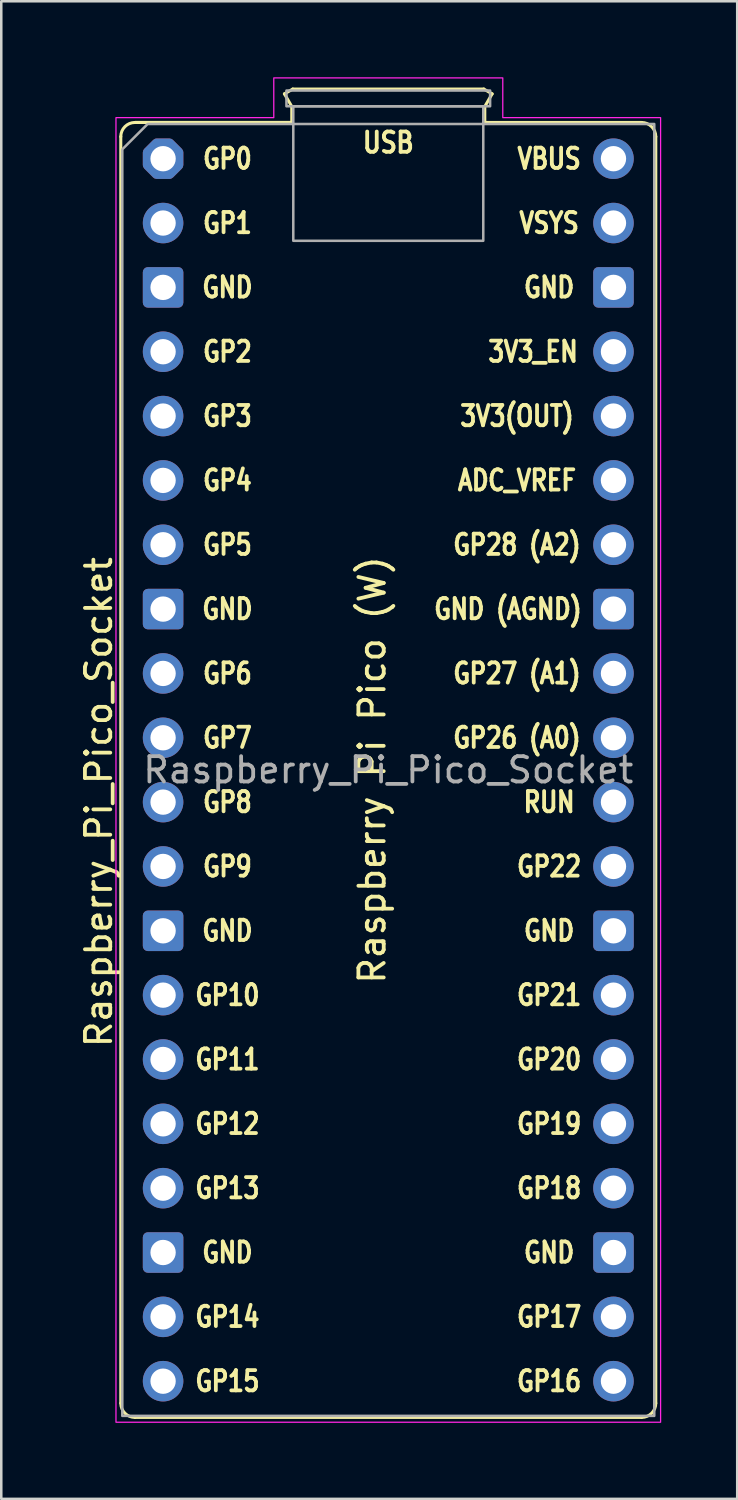
<source format=kicad_pcb>
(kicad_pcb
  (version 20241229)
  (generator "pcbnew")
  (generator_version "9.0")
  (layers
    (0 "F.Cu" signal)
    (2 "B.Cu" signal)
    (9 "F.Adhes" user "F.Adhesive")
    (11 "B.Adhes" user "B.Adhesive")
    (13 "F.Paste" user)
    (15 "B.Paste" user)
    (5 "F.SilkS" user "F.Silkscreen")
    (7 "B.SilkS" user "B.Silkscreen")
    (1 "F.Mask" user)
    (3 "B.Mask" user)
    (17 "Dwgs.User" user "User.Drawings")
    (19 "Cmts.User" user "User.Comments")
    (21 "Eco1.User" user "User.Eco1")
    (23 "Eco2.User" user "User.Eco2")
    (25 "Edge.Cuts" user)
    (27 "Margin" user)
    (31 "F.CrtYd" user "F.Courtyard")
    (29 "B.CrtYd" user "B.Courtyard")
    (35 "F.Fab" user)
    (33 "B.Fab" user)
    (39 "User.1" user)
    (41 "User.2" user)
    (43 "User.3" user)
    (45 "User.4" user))
  (footprint "Raspberry_Pi_Pico_Socket"
    (layer "F.Cu")
    (at 3.388 3.215)
    (property "Reference" "Raspberry_Pi_Pico_Socket" (at -2.54 25.4 90) (layer "F.SilkS") (effects (font (size 1 1) (thickness 0.15))))
    (attr smd)
    (fp_line (start -1.67 -0.87) (end -1.67 49.13) (stroke (width 0.12) (type solid)) (layer "F.SilkS"))
    (fp_line (start -1.11 -1.43) (end 5.08 -1.43) (stroke (width 0.12) (type solid)) (layer "F.SilkS"))
    (fp_line (start -1.11 49.69) (end 18.89 49.69) (stroke (width 0.12) (type solid)) (layer "F.SilkS"))
    (fp_line (start 4.79 -2.56) (end 5.12 -2.75) (stroke (width 0.12) (type solid)) (layer "F.SilkS"))
    (fp_line (start 5.08 -2.06) (end 4.79 -2.56) (stroke (width 0.12) (type solid)) (layer "F.SilkS"))
    (fp_line (start 5.08 -1.43) (end -1.11 -1.43) (stroke (width 0.12) (type solid)) (layer "F.SilkS"))
    (fp_line (start 5.08 -1.43) (end 5.08 -2.06) (stroke (width 0.12) (type solid)) (layer "F.SilkS"))
    (fp_line (start 5.12 -2.75) (end 12.66 -2.75) (stroke (width 0.12) (type solid)) (layer "F.SilkS"))
    (fp_line (start 12.66 -2.75) (end 12.99 -2.56) (stroke (width 0.12) (type solid)) (layer "F.SilkS"))
    (fp_line (start 12.7 -2.06) (end 12.7 -1.43) (stroke (width 0.12) (type solid)) (layer "F.SilkS"))
    (fp_line (start 12.99 -2.56) (end 12.7 -2.06) (stroke (width 0.12) (type solid)) (layer "F.SilkS"))
    (fp_line (start 18.89 -1.43) (end 12.7 -1.43) (stroke (width 0.12) (type solid)) (layer "F.SilkS"))
    (fp_line (start 19.45 -0.87) (end 19.45 49.13) (stroke (width 0.12) (type solid)) (layer "F.SilkS"))
    (fp_arc (start -1.67 -0.87) (mid -1.50598 -1.26598) (end -1.11 -1.43) (stroke (width 0.12) (type solid)) (layer "F.SilkS"))
    (fp_arc (start -1.11 49.69) (mid -1.50598 49.52598) (end -1.67 49.13) (stroke (width 0.12) (type solid)) (layer "F.SilkS"))
    (fp_arc (start 18.89 -1.43) (mid 19.28598 -1.26598) (end 19.45 -0.87) (stroke (width 0.12) (type solid)) (layer "F.SilkS"))
    (fp_arc (start 19.45 49.13) (mid 19.28598 49.52598) (end 18.89 49.69) (stroke (width 0.12) (type solid)) (layer "F.SilkS"))
    (fp_poly (pts (xy 13.41 -1.62) (xy 19.64 -1.62) (xy 19.64 49.88) (xy -1.86 49.88) (xy -1.86 -1.62) (xy 4.37 -1.62) (xy 4.37 -3.19) (xy 13.41 -3.19)) (stroke (width 0.05) (type solid)) (fill no) (layer "F.CrtYd"))
    (fp_rect (start 4.87 -2.69) (end 12.91 -2.07) (stroke (width 0.1) (type solid)) (fill no) (layer "F.Fab"))
    (fp_rect (start 5.14 -2.07) (end 12.64 3.24) (stroke (width 0.1) (type solid)) (fill no) (layer "F.Fab"))
    (fp_poly (pts (xy 19.39 49.63) (xy -1.61 49.63) (xy -1.61 -0.37) (xy -0.61 -1.37) (xy 19.39 -1.37)) (stroke (width 0.1) (type solid)) (fill no) (layer "F.Fab"))
    (fp_text user "3V3_EN" (at 14.605 7.62 0) (layer "F.SilkS") (effects (font (size 0.8 0.64) (thickness 0.15))))
    (fp_text user "GP0" (at 2.54 0 0) (layer "F.SilkS") (effects (font (size 0.8 0.64) (thickness 0.15))))
    (fp_text user "GP3" (at 2.54 10.16 0) (layer "F.SilkS") (effects (font (size 0.8 0.64) (thickness 0.15))))
    (fp_text user "GND (AGND)" (at 13.614 17.78 0) (layer "F.SilkS") (effects (font (size 0.8 0.64) (thickness 0.15))))
    (fp_text user "Raspberry Pi Pico (W)" (at 8.255 24.13 90) (unlocked yes) (layer "F.SilkS") (effects (font (size 1 1) (thickness 0.15))))
    (fp_text user "GP1" (at 2.54 2.54 0) (layer "F.SilkS") (effects (font (size 0.8 0.64) (thickness 0.15))))
    (fp_text user "GP5" (at 2.54 15.24 0) (layer "F.SilkS") (effects (font (size 0.8 0.64) (thickness 0.15))))
    (fp_text user "VBUS" (at 15.24 0 0) (layer "F.SilkS") (effects (font (size 0.8 0.64) (thickness 0.15))))
    (fp_text user "GP19" (at 15.24 38.1 0) (layer "F.SilkS") (effects (font (size 0.8 0.64) (thickness 0.15))))
    (fp_text user "3V3(OUT)" (at 13.97 10.16 0) (layer "F.SilkS") (effects (font (size 0.8 0.64) (thickness 0.15))))
    (fp_text user "GP9" (at 2.54 27.94 0) (layer "F.SilkS") (effects (font (size 0.8 0.64) (thickness 0.15))))
    (fp_text user "GP4" (at 2.54 12.7 0) (layer "F.SilkS") (effects (font (size 0.8 0.64) (thickness 0.15))))
    (fp_text user "USB" (at 8.89 -0.635 0) (layer "F.SilkS") (effects (font (size 0.8 0.66) (thickness 0.15))))
    (fp_text user "GP11" (at 2.54 35.56 0) (layer "F.SilkS") (effects (font (size 0.8 0.64) (thickness 0.15))))
    (fp_text user "GP18" (at 15.24 40.64 0) (layer "F.SilkS") (effects (font (size 0.8 0.64) (thickness 0.15))))
    (fp_text user "GND" (at 15.24 5.08 0) (layer "F.SilkS") (effects (font (size 0.8 0.64) (thickness 0.15))))
    (fp_text user "GND" (at 2.54 30.48 0) (layer "F.SilkS") (effects (font (size 0.8 0.64) (thickness 0.15))))
    (fp_text user "GP7" (at 2.54 22.86 0) (layer "F.SilkS") (effects (font (size 0.8 0.64) (thickness 0.15))))
    (fp_text user "GP26 (A0)" (at 13.97 22.86 0) (layer "F.SilkS") (effects (font (size 0.8 0.64) (thickness 0.15))))
    (fp_text user "GP10" (at 2.54 33.02 0) (layer "F.SilkS") (effects (font (size 0.8 0.64) (thickness 0.15))))
    (fp_text user "VSYS" (at 15.24 2.54 0) (layer "F.SilkS") (effects (font (size 0.8 0.64) (thickness 0.15))))
    (fp_text user "GND" (at 15.24 30.48 0) (layer "F.SilkS") (effects (font (size 0.8 0.64) (thickness 0.15))))
    (fp_text user "GP2" (at 2.54 7.62 0) (layer "F.SilkS") (effects (font (size 0.8 0.64) (thickness 0.15))))
    (fp_text user "GP8" (at 2.54 25.4 0) (layer "F.SilkS") (effects (font (size 0.8 0.64) (thickness 0.15))))
    (fp_text user "GP17" (at 15.24 45.72 0) (layer "F.SilkS") (effects (font (size 0.8 0.64) (thickness 0.15))))
    (fp_text user "GP6" (at 2.54 20.32 0) (layer "F.SilkS") (effects (font (size 0.8 0.64) (thickness 0.15))))
    (fp_text user "GP14" (at 2.54 45.72 0) (layer "F.SilkS") (effects (font (size 0.8 0.64) (thickness 0.15))))
    (fp_text user "GND" (at 2.54 17.78 0) (layer "F.SilkS") (effects (font (size 0.8 0.64) (thickness 0.15))))
    (fp_text user "GP21" (at 15.24 33.02 0) (layer "F.SilkS") (effects (font (size 0.8 0.64) (thickness 0.15))))
    (fp_text user "GP13" (at 2.54 40.64 0) (layer "F.SilkS") (effects (font (size 0.8 0.64) (thickness 0.15))))
    (fp_text user "GND" (at 15.24 43.18 0) (layer "F.SilkS") (effects (font (size 0.8 0.64) (thickness 0.15))))
    (fp_text user "ADC_VREF" (at 13.97 12.7 0) (layer "F.SilkS") (effects (font (size 0.8 0.64) (thickness 0.15))))
    (fp_text user "GP15" (at 2.54 48.26 0) (layer "F.SilkS") (effects (font (size 0.8 0.64) (thickness 0.15))))
    (fp_text user "GP16" (at 15.24 48.26 0) (layer "F.SilkS") (effects (font (size 0.8 0.64) (thickness 0.15))))
    (fp_text user "GP28 (A2)" (at 13.97 15.24 0) (layer "F.SilkS") (effects (font (size 0.8 0.64) (thickness 0.15))))
    (fp_text user "GP22" (at 15.24 27.94 0) (layer "F.SilkS") (effects (font (size 0.8 0.64) (thickness 0.15))))
    (fp_text user "GND" (at 2.54 43.18 0) (layer "F.SilkS") (effects (font (size 0.8 0.64) (thickness 0.15))))
    (fp_text user "GP12" (at 2.54 38.1 0) (layer "F.SilkS") (effects (font (size 0.8 0.64) (thickness 0.15))))
    (fp_text user "GP27 (A1)" (at 13.97 20.32 0) (layer "F.SilkS") (effects (font (size 0.8 0.64) (thickness 0.15))))
    (fp_text user "GND" (at 2.54 5.08 0) (layer "F.SilkS") (effects (font (size 0.8 0.64) (thickness 0.15))))
    (fp_text user "GP20" (at 15.24 35.56 0) (layer "F.SilkS") (effects (font (size 0.8 0.64) (thickness 0.15))))
    (fp_text user "RUN" (at 15.24 25.4 0) (layer "F.SilkS") (effects (font (size 0.8 0.64) (thickness 0.15))))
    (fp_text user "${REFERENCE}" (at 8.89 24.13 0) (unlocked yes) (layer "F.Fab") (effects (font (size 1 1) (thickness 0.15))))
    (pad "1" thru_hole custom (at 0 0) (size 1.6 1.6) (drill 1) (layers "*.Cu" "*.Mask") (options (anchor circle)) (primitives (gr_poly (pts (xy 0.6 0.249) (xy 0.249 0.6) (xy -0.249 0.6) (xy -0.6 0.249) (xy -0.6 -0.249) (xy -0.249 -0.6) (xy 0.249 -0.6) (xy 0.6 -0.249)) (width 0.4) (fill yes))))
    (pad "2" thru_hole circle (at 0 2.54) (size 1.6 1.6) (drill 1) (layers "*.Cu" "*.Mask"))
    (pad "3" thru_hole roundrect (at 0 5.08) (size 1.6 1.6) (drill 1) (layers "*.Cu" "*.Mask") (roundrect_rratio 0.125))
    (pad "4" thru_hole circle (at 0 7.62) (size 1.6 1.6) (drill 1) (layers "*.Cu" "*.Mask"))
    (pad "5" thru_hole circle (at 0 10.16) (size 1.6 1.6) (drill 1) (layers "*.Cu" "*.Mask"))
    (pad "6" thru_hole circle (at 0 12.7) (size 1.6 1.6) (drill 1) (layers "*.Cu" "*.Mask"))
    (pad "7" thru_hole circle (at 0 15.24) (size 1.6 1.6) (drill 1) (layers "*.Cu" "*.Mask"))
    (pad "8" thru_hole roundrect (at 0 17.78) (size 1.6 1.6) (drill 1) (layers "*.Cu" "*.Mask") (roundrect_rratio 0.125))
    (pad "9" thru_hole circle (at 0 20.32) (size 1.6 1.6) (drill 1) (layers "*.Cu" "*.Mask"))
    (pad "10" thru_hole circle (at 0 22.86) (size 1.6 1.6) (drill 1) (layers "*.Cu" "*.Mask"))
    (pad "11" thru_hole circle (at 0 25.4) (size 1.6 1.6) (drill 1) (layers "*.Cu" "*.Mask"))
    (pad "12" thru_hole circle (at 0 27.94) (size 1.6 1.6) (drill 1) (layers "*.Cu" "*.Mask"))
    (pad "13" thru_hole roundrect (at 0 30.48) (size 1.6 1.6) (drill 1) (layers "*.Cu" "*.Mask") (roundrect_rratio 0.125))
    (pad "14" thru_hole circle (at 0 33.02) (size 1.6 1.6) (drill 1) (layers "*.Cu" "*.Mask"))
    (pad "15" thru_hole circle (at 0 35.56) (size 1.6 1.6) (drill 1) (layers "*.Cu" "*.Mask"))
    (pad "16" thru_hole circle (at 0 38.1) (size 1.6 1.6) (drill 1) (layers "*.Cu" "*.Mask"))
    (pad "17" thru_hole circle (at 0 40.64) (size 1.6 1.6) (drill 1) (layers "*.Cu" "*.Mask"))
    (pad "18" thru_hole roundrect (at 0 43.18) (size 1.6 1.6) (drill 1) (layers "*.Cu" "*.Mask") (roundrect_rratio 0.125))
    (pad "19" thru_hole circle (at 0 45.72) (size 1.6 1.6) (drill 1) (layers "*.Cu" "*.Mask"))
    (pad "20" thru_hole circle (at 0 48.26) (size 1.6 1.6) (drill 1) (layers "*.Cu" "*.Mask"))
    (pad "21" thru_hole circle (at 17.78 48.26) (size 1.6 1.6) (drill 1) (layers "*.Cu" "*.Mask"))
    (pad "22" thru_hole circle (at 17.78 45.72) (size 1.6 1.6) (drill 1) (layers "*.Cu" "*.Mask"))
    (pad "23" thru_hole roundrect (at 17.78 43.18) (size 1.6 1.6) (drill 1) (layers "*.Cu" "*.Mask") (roundrect_rratio 0.125))
    (pad "24" thru_hole circle (at 17.78 40.64) (size 1.6 1.6) (drill 1) (layers "*.Cu" "*.Mask"))
    (pad "25" thru_hole circle (at 17.78 38.1) (size 1.6 1.6) (drill 1) (layers "*.Cu" "*.Mask"))
    (pad "26" thru_hole circle (at 17.78 35.56) (size 1.6 1.6) (drill 1) (layers "*.Cu" "*.Mask"))
    (pad "27" thru_hole circle (at 17.78 33.02) (size 1.6 1.6) (drill 1) (layers "*.Cu" "*.Mask"))
    (pad "28" thru_hole roundrect (at 17.78 30.48) (size 1.6 1.6) (drill 1) (layers "*.Cu" "*.Mask") (roundrect_rratio 0.125))
    (pad "29" thru_hole circle (at 17.78 27.94) (size 1.6 1.6) (drill 1) (layers "*.Cu" "*.Mask"))
    (pad "30" thru_hole circle (at 17.78 25.4) (size 1.6 1.6) (drill 1) (layers "*.Cu" "*.Mask"))
    (pad "31" thru_hole circle (at 17.78 22.86) (size 1.6 1.6) (drill 1) (layers "*.Cu" "*.Mask"))
    (pad "32" thru_hole circle (at 17.78 20.32) (size 1.6 1.6) (drill 1) (layers "*.Cu" "*.Mask"))
    (pad "33" thru_hole roundrect (at 17.78 17.78) (size 1.6 1.6) (drill 1) (layers "*.Cu" "*.Mask") (roundrect_rratio 0.125))
    (pad "34" thru_hole circle (at 17.78 15.24) (size 1.6 1.6) (drill 1) (layers "*.Cu" "*.Mask"))
    (pad "35" thru_hole circle (at 17.78 12.7) (size 1.6 1.6) (drill 1) (layers "*.Cu" "*.Mask"))
    (pad "36" thru_hole circle (at 17.78 10.16) (size 1.6 1.6) (drill 1) (layers "*.Cu" "*.Mask"))
    (pad "37" thru_hole circle (at 17.78 7.62) (size 1.6 1.6) (drill 1) (layers "*.Cu" "*.Mask"))
    (pad "38" thru_hole roundrect (at 17.78 5.08) (size 1.6 1.6) (drill 1) (layers "*.Cu" "*.Mask") (roundrect_rratio 0.125))
    (pad "39" thru_hole circle (at 17.78 2.54) (size 1.6 1.6) (drill 1) (layers "*.Cu" "*.Mask"))
    (pad "40" thru_hole circle (at 17.78 0) (size 1.6 1.6) (drill 1) (layers "*.Cu" "*.Mask")))
  (gr_rect
    (start -3 -3)
    (end 26.053 56.12)
    (stroke (width 0.1) (type default))
    (fill no)
    (layer "Edge.Cuts")))
</source>
